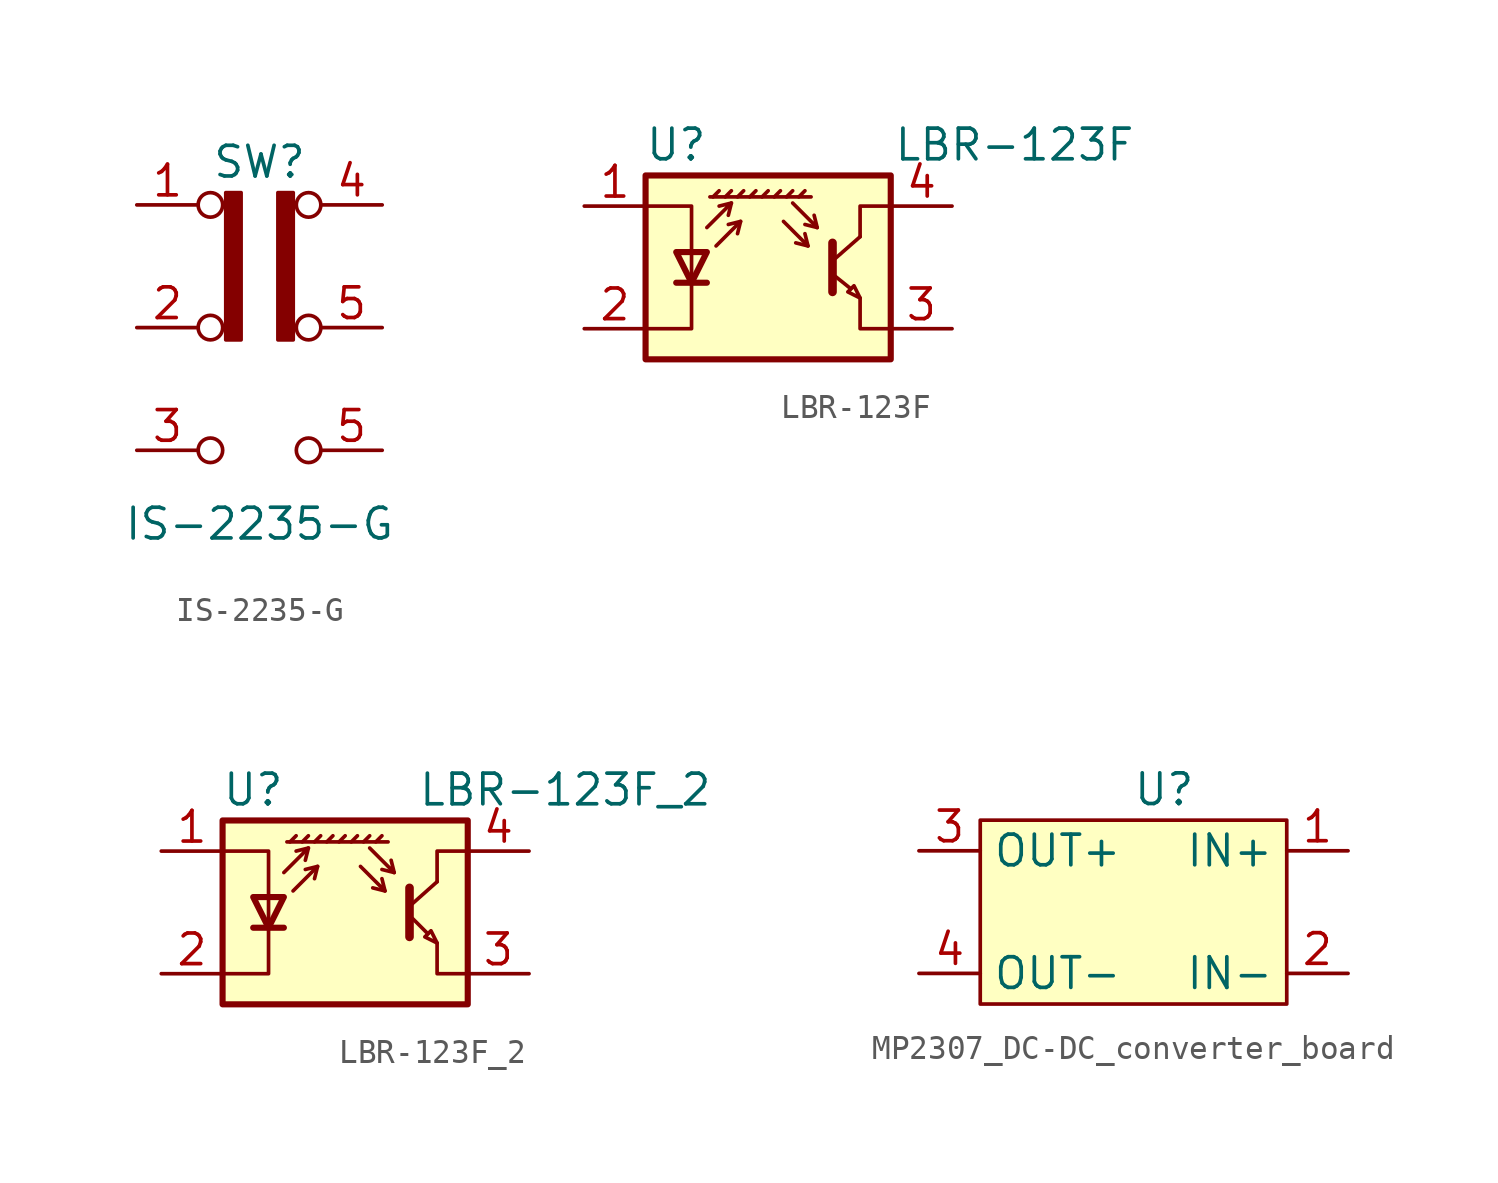
<source format=kicad_sym>
(kicad_symbol_lib
  (version 20231120)
  (generator "kicad_symbol_editor")
  (generator_version "8.0")
  (symbol "IS-2235-G"
    (pin_names
      (offset 0) hide)
    (property "Reference" "SW"
      (at 0 6.858 0)
      (effects (font (size 1.27 1.27))))
    (property "Value" "IS-2235-G"
      (at 0 -8.128 0)
      (effects (font (size 1.27 1.27))))
    (symbol "IS-2235-G_0_0"
      (circle (center -2.032 -5.08) (radius 0.508) (stroke (width 0) (type default)) (fill (type none)))
      (circle (center -2.032 5.08) (radius 0.508) (stroke (width 0) (type default)) (fill (type none)))
      (circle (center 2.032 -5.08) (radius 0.508) (stroke (width 0) (type default)) (fill (type none)))
      (circle (center 2.032 0) (radius 0.508) (stroke (width 0) (type default)) (fill (type none))))
    (symbol "IS-2235-G_0_1"
      (circle (center -2.032 0) (radius 0.508) (stroke (width 0) (type default)) (fill (type none)))
      (circle (center 2.032 5.08) (radius 0.508) (stroke (width 0) (type default)) (fill (type none))))
    (symbol "IS-2235-G_1_1"
      (rectangle (start -1.397 5.588) (end -0.762 -0.508) (stroke (width 0) (type default)) (fill (type outline)))
      (rectangle (start 0.762 5.588) (end 1.397 -0.508) (stroke (width 0) (type default)) (fill (type outline)))
      (pin passive line (at -5.08 5.08 0) (length 2.54) (name "A" (effects (font (size 1.27 1.27)))) (number "1" (effects (font (size 1.27 1.27)))))
      (pin passive line (at -5.08 0 0) (length 2.54) (name "B" (effects (font (size 1.27 1.27)))) (number "2" (effects (font (size 1.27 1.27)))))
      (pin passive line (at -5.08 -5.08 0) (length 2.54) (name "C" (effects (font (size 1.27 1.27)))) (number "3" (effects (font (size 1.27 1.27)))))
      (pin passive line (at 5.08 5.08 180) (length 2.54) (name "C" (effects (font (size 1.27 1.27)))) (number "4" (effects (font (size 1.27 1.27)))))
      (pin passive line (at 5.08 -5.08 180) (length 2.54) (name "A" (effects (font (size 1.27 1.27)))) (number "5" (effects (font (size 1.27 1.27)))))
      (pin passive line (at 5.08 0 180) (length 2.54) (name "B" (effects (font (size 1.27 1.27)))) (number "5" (effects (font (size 1.27 1.27)))))))
  (symbol "LBR-123F"
    (pin_names
      (offset 0.025) hide)
    (property "Reference" "U"
      (at -3.81 5.08 0)
      (effects (font (size 1.27 1.27))))
    (property "Value" "LBR-123F"
      (at 15.24 5.08 0)
      (effects (font (size 1.27 1.27)) (justify right)))
    (symbol "LBR-123F_0_1"
      (polyline (pts (xy -3.81 -0.635) (xy -2.54 -0.635)) (stroke (width 0.254) (type default)) (fill (type none)))
      (polyline (pts (xy -2.286 2.921) (xy -2.032 3.175)) (stroke (width 0) (type default)) (fill (type none)))
      (polyline (pts (xy -1.778 2.921) (xy -1.524 3.175)) (stroke (width 0) (type default)) (fill (type none)))
      (polyline (pts (xy -1.524 2.667) (xy -1.651 2.159)) (stroke (width 0) (type default)) (fill (type none)))
      (polyline (pts (xy -1.27 2.921) (xy -1.016 3.175)) (stroke (width 0) (type default)) (fill (type none)))
      (polyline (pts (xy -1.143 1.905) (xy -1.27 1.397)) (stroke (width 0) (type default)) (fill (type none)))
      (polyline (pts (xy -0.762 2.921) (xy -0.508 3.175)) (stroke (width 0) (type default)) (fill (type none)))
      (polyline (pts (xy -0.254 2.921) (xy 0 3.175)) (stroke (width 0) (type default)) (fill (type none)))
      (polyline (pts (xy 0.254 2.921) (xy 0.508 3.175)) (stroke (width 0) (type default)) (fill (type none)))
      (polyline (pts (xy 0.762 2.921) (xy 1.016 3.175)) (stroke (width 0) (type default)) (fill (type none)))
      (polyline (pts (xy 1.27 2.921) (xy 1.524 3.175)) (stroke (width 0) (type default)) (fill (type none)))
      (polyline (pts (xy 1.651 0.889) (xy 1.143 1.016)) (stroke (width 0) (type default)) (fill (type none)))
      (polyline (pts (xy 1.778 2.921) (xy -2.413 2.921)) (stroke (width 0) (type default)) (fill (type none)))
      (polyline (pts (xy 2.032 1.651) (xy 1.524 1.778)) (stroke (width 0) (type default)) (fill (type none)))
      (polyline (pts (xy 2.794 -0.381) (xy 3.429 -0.889)) (stroke (width 0) (type default)) (fill (type none)))
      (polyline (pts (xy 2.794 0.381) (xy 3.81 1.27)) (stroke (width 0) (type default)) (fill (type none)))
      (polyline (pts (xy -2.54 1.651) (xy -1.524 2.667) (xy -2.032 2.54)) (stroke (width 0) (type default)) (fill (type none)))
      (polyline (pts (xy -2.159 0.889) (xy -1.143 1.905) (xy -1.651 1.778)) (stroke (width 0) (type default)) (fill (type none)))
      (polyline (pts (xy 0.635 1.905) (xy 1.651 0.889) (xy 1.524 1.397)) (stroke (width 0) (type default)) (fill (type none)))
      (polyline (pts (xy 1.016 2.667) (xy 2.032 1.651) (xy 1.905 2.159)) (stroke (width 0) (type default)) (fill (type none)))
      (polyline (pts (xy 2.667 1.016) (xy 2.667 -1.016) (xy 2.667 -1.016)) (stroke (width 0.356) (type default)) (fill (type none)))
      (polyline (pts (xy 3.81 -1.27) (xy 3.81 -2.54) (xy 5.08 -2.54)) (stroke (width 0) (type default)) (fill (type none)))
      (polyline (pts (xy 3.81 1.27) (xy 3.81 2.54) (xy 5.08 2.54)) (stroke (width 0) (type default)) (fill (type none)))
      (polyline (pts (xy -5.08 -2.54) (xy -3.175 -2.54) (xy -3.175 2.54) (xy -5.08 2.54)) (stroke (width 0) (type default)) (fill (type none)))
      (polyline (pts (xy -3.175 -0.635) (xy -3.81 0.635) (xy -2.54 0.635) (xy -3.175 -0.635)) (stroke (width 0.254) (type default)) (fill (type none)))
      (polyline (pts (xy 3.81 -1.27) (xy 3.556 -0.762) (xy 3.302 -1.016) (xy 3.81 -1.27)) (stroke (width 0) (type default)) (fill (type none)))
      (polyline (pts (xy -5.08 -3.81) (xy 5.08 -3.81) (xy 5.08 3.81) (xy -5.08 3.81) (xy -5.08 -3.81)) (stroke (width 0.254) (type default)) (fill (type background))))
    (symbol "LBR-123F_1_1"
      (pin input line (at -7.62 2.54 0) (length 2.54) (name "A" (effects (font (size 1.27 1.27)))) (number "1" (effects (font (size 1.27 1.27)))))
      (pin power_in line (at -7.62 -2.54 0) (length 2.54) (name "K" (effects (font (size 1.27 1.27)))) (number "2" (effects (font (size 1.27 1.27)))))
      (pin output line (at 7.62 -2.54 180) (length 2.54) (name "~" (effects (font (size 1.27 1.27)))) (number "3" (effects (font (size 1.27 1.27)))))
      (pin power_in line (at 7.62 2.54 180) (length 2.54) (name "~" (effects (font (size 1.27 1.27)))) (number "4" (effects (font (size 1.27 1.27)))))))
  (symbol "LBR-123F_2"
    (pin_names
      (offset 0.025) hide)
    (property "Reference" "U"
      (at -3.81 5.08 0)
      (effects (font (size 1.27 1.27))))
    (property "Value" "LBR-123F_2"
      (at 15.24 5.08 0)
      (effects (font (size 1.27 1.27)) (justify right)))
    (symbol "LBR-123F_2_0_1"
      (polyline (pts (xy -3.81 -0.635) (xy -2.54 -0.635)) (stroke (width 0.254) (type default)) (fill (type none)))
      (polyline (pts (xy -2.286 2.921) (xy -2.032 3.175)) (stroke (width 0) (type default)) (fill (type none)))
      (polyline (pts (xy -1.778 2.921) (xy -1.524 3.175)) (stroke (width 0) (type default)) (fill (type none)))
      (polyline (pts (xy -1.524 2.667) (xy -1.651 2.159)) (stroke (width 0) (type default)) (fill (type none)))
      (polyline (pts (xy -1.27 2.921) (xy -1.016 3.175)) (stroke (width 0) (type default)) (fill (type none)))
      (polyline (pts (xy -1.143 1.905) (xy -1.27 1.397)) (stroke (width 0) (type default)) (fill (type none)))
      (polyline (pts (xy -0.762 2.921) (xy -0.508 3.175)) (stroke (width 0) (type default)) (fill (type none)))
      (polyline (pts (xy -0.254 2.921) (xy 0 3.175)) (stroke (width 0) (type default)) (fill (type none)))
      (polyline (pts (xy 0.254 2.921) (xy 0.508 3.175)) (stroke (width 0) (type default)) (fill (type none)))
      (polyline (pts (xy 0.762 2.921) (xy 1.016 3.175)) (stroke (width 0) (type default)) (fill (type none)))
      (polyline (pts (xy 1.27 2.921) (xy 1.524 3.175)) (stroke (width 0) (type default)) (fill (type none)))
      (polyline (pts (xy 1.651 0.889) (xy 1.143 1.016)) (stroke (width 0) (type default)) (fill (type none)))
      (polyline (pts (xy 1.778 2.921) (xy -2.413 2.921)) (stroke (width 0) (type default)) (fill (type none)))
      (polyline (pts (xy 2.032 1.651) (xy 1.524 1.778)) (stroke (width 0) (type default)) (fill (type none)))
      (polyline (pts (xy 2.667 0.254) (xy 3.81 1.27)) (stroke (width 0) (type default)) (fill (type none)))
      (polyline (pts (xy 2.794 -0.254) (xy 3.429 -0.889)) (stroke (width 0) (type default)) (fill (type none)))
      (polyline (pts (xy -2.54 1.651) (xy -1.524 2.667) (xy -2.032 2.54)) (stroke (width 0) (type default)) (fill (type none)))
      (polyline (pts (xy -2.159 0.889) (xy -1.143 1.905) (xy -1.651 1.778)) (stroke (width 0) (type default)) (fill (type none)))
      (polyline (pts (xy 0.635 1.905) (xy 1.651 0.889) (xy 1.524 1.397)) (stroke (width 0) (type default)) (fill (type none)))
      (polyline (pts (xy 1.016 2.667) (xy 2.032 1.651) (xy 1.905 2.159)) (stroke (width 0) (type default)) (fill (type none)))
      (polyline (pts (xy 2.667 1.016) (xy 2.667 -1.016) (xy 2.667 -1.016)) (stroke (width 0.356) (type default)) (fill (type none)))
      (polyline (pts (xy 3.81 -1.27) (xy 3.81 -2.54) (xy 5.08 -2.54)) (stroke (width 0) (type default)) (fill (type none)))
      (polyline (pts (xy 3.81 1.27) (xy 3.81 2.54) (xy 5.08 2.54)) (stroke (width 0) (type default)) (fill (type none)))
      (polyline (pts (xy -5.08 -2.54) (xy -3.175 -2.54) (xy -3.175 2.54) (xy -5.08 2.54)) (stroke (width 0) (type default)) (fill (type none)))
      (polyline (pts (xy -3.175 -0.635) (xy -3.81 0.635) (xy -2.54 0.635) (xy -3.175 -0.635)) (stroke (width 0.254) (type default)) (fill (type none)))
      (polyline (pts (xy 3.81 -1.27) (xy 3.556 -0.762) (xy 3.302 -1.016) (xy 3.81 -1.27)) (stroke (width 0) (type default)) (fill (type none)))
      (polyline (pts (xy -5.08 -3.81) (xy 5.08 -3.81) (xy 5.08 3.81) (xy -5.08 3.81) (xy -5.08 -3.81)) (stroke (width 0.254) (type default)) (fill (type background))))
    (symbol "LBR-123F_2_1_1"
      (pin input line (at -7.62 2.54 0) (length 2.54) (name "A" (effects (font (size 1.27 1.27)))) (number "1" (effects (font (size 1.27 1.27)))))
      (pin power_in line (at -7.62 -2.54 0) (length 2.54) (name "K" (effects (font (size 1.27 1.27)))) (number "2" (effects (font (size 1.27 1.27)))))
      (pin output line (at 7.62 -2.54 180) (length 2.54) (name "~" (effects (font (size 1.27 1.27)))) (number "3" (effects (font (size 1.27 1.27)))))
      (pin power_in line (at 7.62 2.54 180) (length 2.54) (name "~" (effects (font (size 1.27 1.27)))) (number "4" (effects (font (size 1.27 1.27)))))))
  (symbol "MP2307_DC-DC_converter_board"
    (property "Reference" "U"
      (at 1.27 5.08 0)
      (effects (font (size 1.27 1.27))))
    (property "Value" ""
      (at 0 0 0)
      (effects (font (size 1.27 1.27))))
    (symbol "MP2307_DC-DC_converter_board_1_1"
      (rectangle (start -6.35 3.81) (end 6.35 -3.81) (stroke (width 0) (type default)) (fill (type background)))
      (pin power_in line (at 8.89 2.54 180) (length 2.54) (name "IN+" (effects (font (size 1.27 1.27)))) (number "1" (effects (font (size 1.27 1.27)))))
      (pin power_in line (at 8.89 -2.54 180) (length 2.54) (name "IN-" (effects (font (size 1.27 1.27)))) (number "2" (effects (font (size 1.27 1.27)))))
      (pin power_in line (at -8.89 2.54 0) (length 2.54) (name "OUT+" (effects (font (size 1.27 1.27)))) (number "3" (effects (font (size 1.27 1.27)))))
      (pin power_in line (at -8.89 -2.54 0) (length 2.54) (name "OUT-" (effects (font (size 1.27 1.27)))) (number "4" (effects (font (size 1.27 1.27))))))))
</source>
